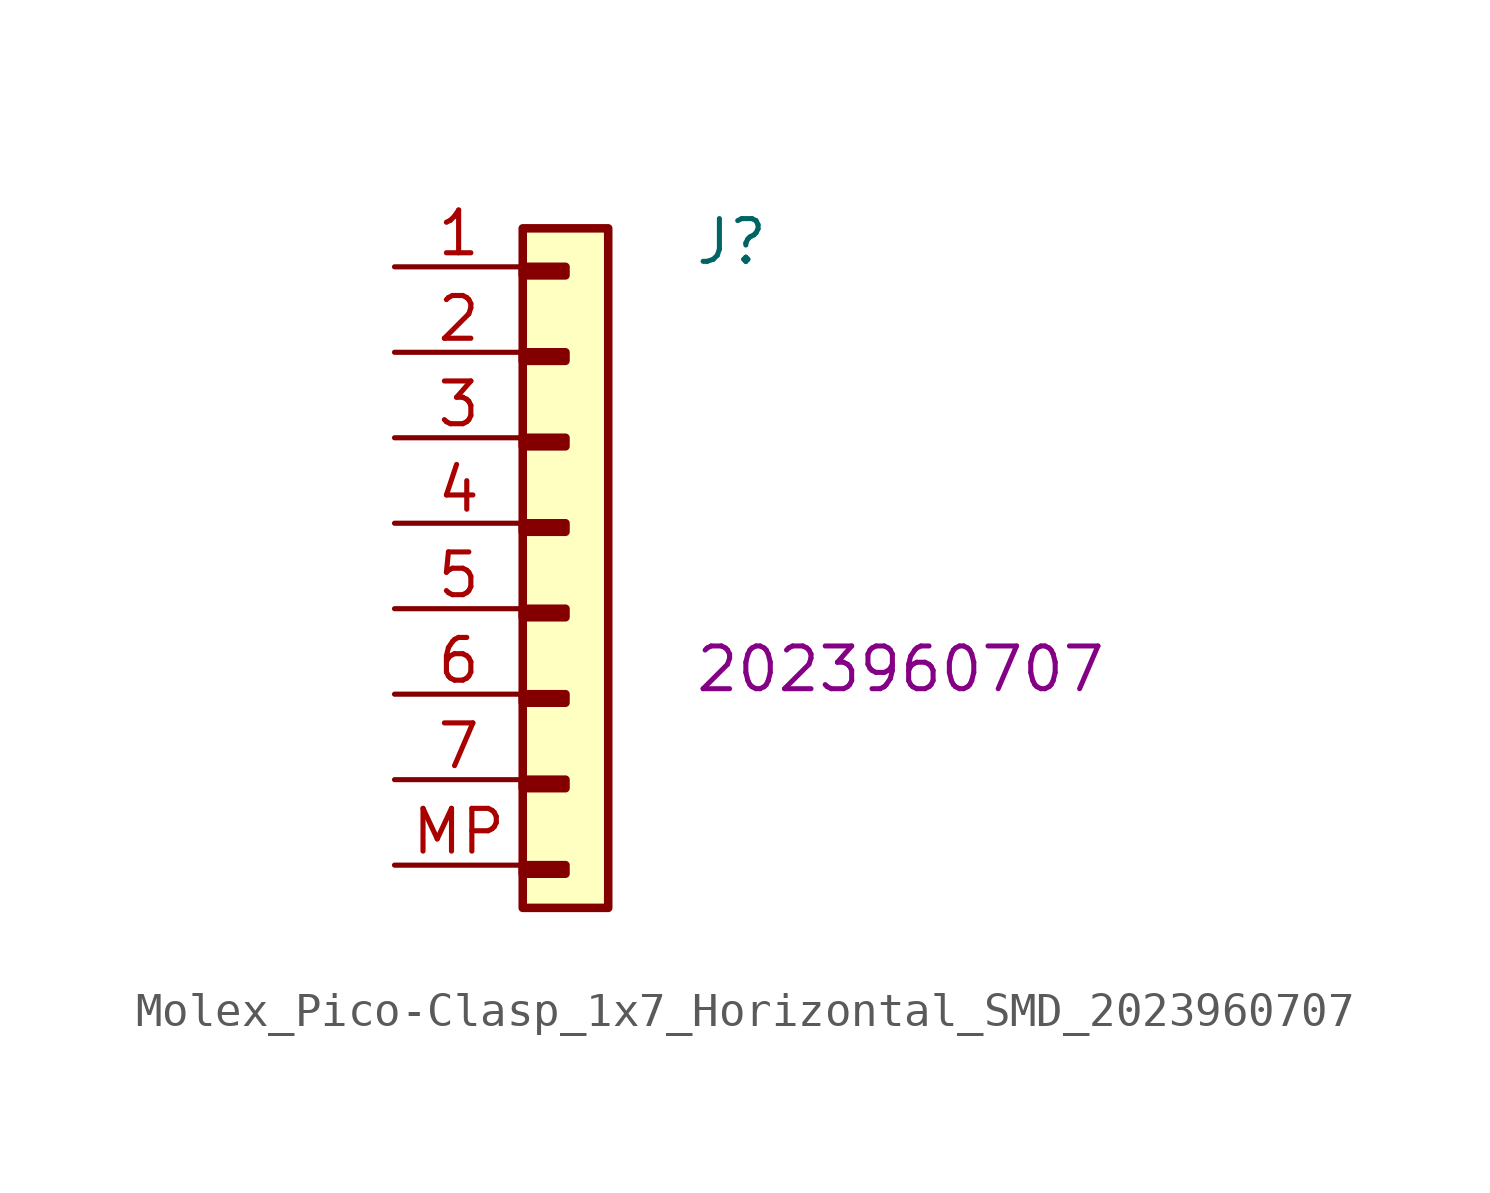
<source format=kicad_sym>
(kicad_symbol_lib
  (version 20220914)
  (generator kicad_symbol_editor)
  (symbol "Molex_Pico-Clasp_1x7_Horizontal_SMD_2023960707"
    (pin_names hide)
    (property "Reference" "J"
      (at 8.89 0 0)
      (effects (font (size 1.27 1.27) (thickness 0.15)) (justify left bottom)))
    (property "MPN" "2023960707"
      (at 8.89 -12.7 0)
      (effects (font (size 1.27 1.27) (thickness 0.15)) (justify left bottom)))
    (symbol "Molex_Pico-Clasp_1x7_Horizontal_SMD_2023960707_1_1"
      (rectangle (start 3.81 -17.78) (end 5.08 -18.034) (stroke (width 0.254) (type default)) (fill (type background)))
      (rectangle (start 3.81 -15.24) (end 5.08 -15.494) (stroke (width 0.254) (type default)) (fill (type background)))
      (rectangle (start 3.81 -12.7) (end 5.08 -12.954) (stroke (width 0.254) (type default)) (fill (type background)))
      (rectangle (start 3.81 -10.16) (end 5.08 -10.414) (stroke (width 0.254) (type default)) (fill (type background)))
      (rectangle (start 3.81 -7.62) (end 5.08 -7.874) (stroke (width 0.254) (type default)) (fill (type background)))
      (rectangle (start 3.81 -5.08) (end 5.08 -5.334) (stroke (width 0.254) (type default)) (fill (type background)))
      (rectangle (start 3.81 -2.54) (end 5.08 -2.794) (stroke (width 0.254) (type default)) (fill (type background)))
      (rectangle (start 3.81 0) (end 5.08 -0.254) (stroke (width 0.254) (type default)) (fill (type background)))
      (rectangle (start 3.81 1.143) (end 6.35 -19.05) (stroke (width 0.254) (type default)) (fill (type background)))
      (pin passive line (at 0 0 0) (length 3.81) (name "1" (effects (font (size 1.27 1.27)))) (number "1" (effects (font (size 1.27 1.27)))))
      (pin passive line (at 0 -2.54 0) (length 3.81) (name "2" (effects (font (size 1.27 1.27)))) (number "2" (effects (font (size 1.27 1.27)))))
      (pin passive line (at 0 -5.08 0) (length 3.81) (name "3" (effects (font (size 1.27 1.27)))) (number "3" (effects (font (size 1.27 1.27)))))
      (pin passive line (at 0 -7.62 0) (length 3.81) (name "4" (effects (font (size 1.27 1.27)))) (number "4" (effects (font (size 1.27 1.27)))))
      (pin passive line (at 0 -10.16 0) (length 3.81) (name "5" (effects (font (size 1.27 1.27)))) (number "5" (effects (font (size 1.27 1.27)))))
      (pin passive line (at 0 -12.7 0) (length 3.81) (name "6" (effects (font (size 1.27 1.27)))) (number "6" (effects (font (size 1.27 1.27)))))
      (pin passive line (at 0 -15.24 0) (length 3.81) (name "7" (effects (font (size 1.27 1.27)))) (number "7" (effects (font (size 1.27 1.27)))))
      (pin passive line (at 0 -17.78 0) (length 3.81) (name "MP" (effects (font (size 1.27 1.27)))) (number "MP" (effects (font (size 1.27 1.27))))))))
</source>
